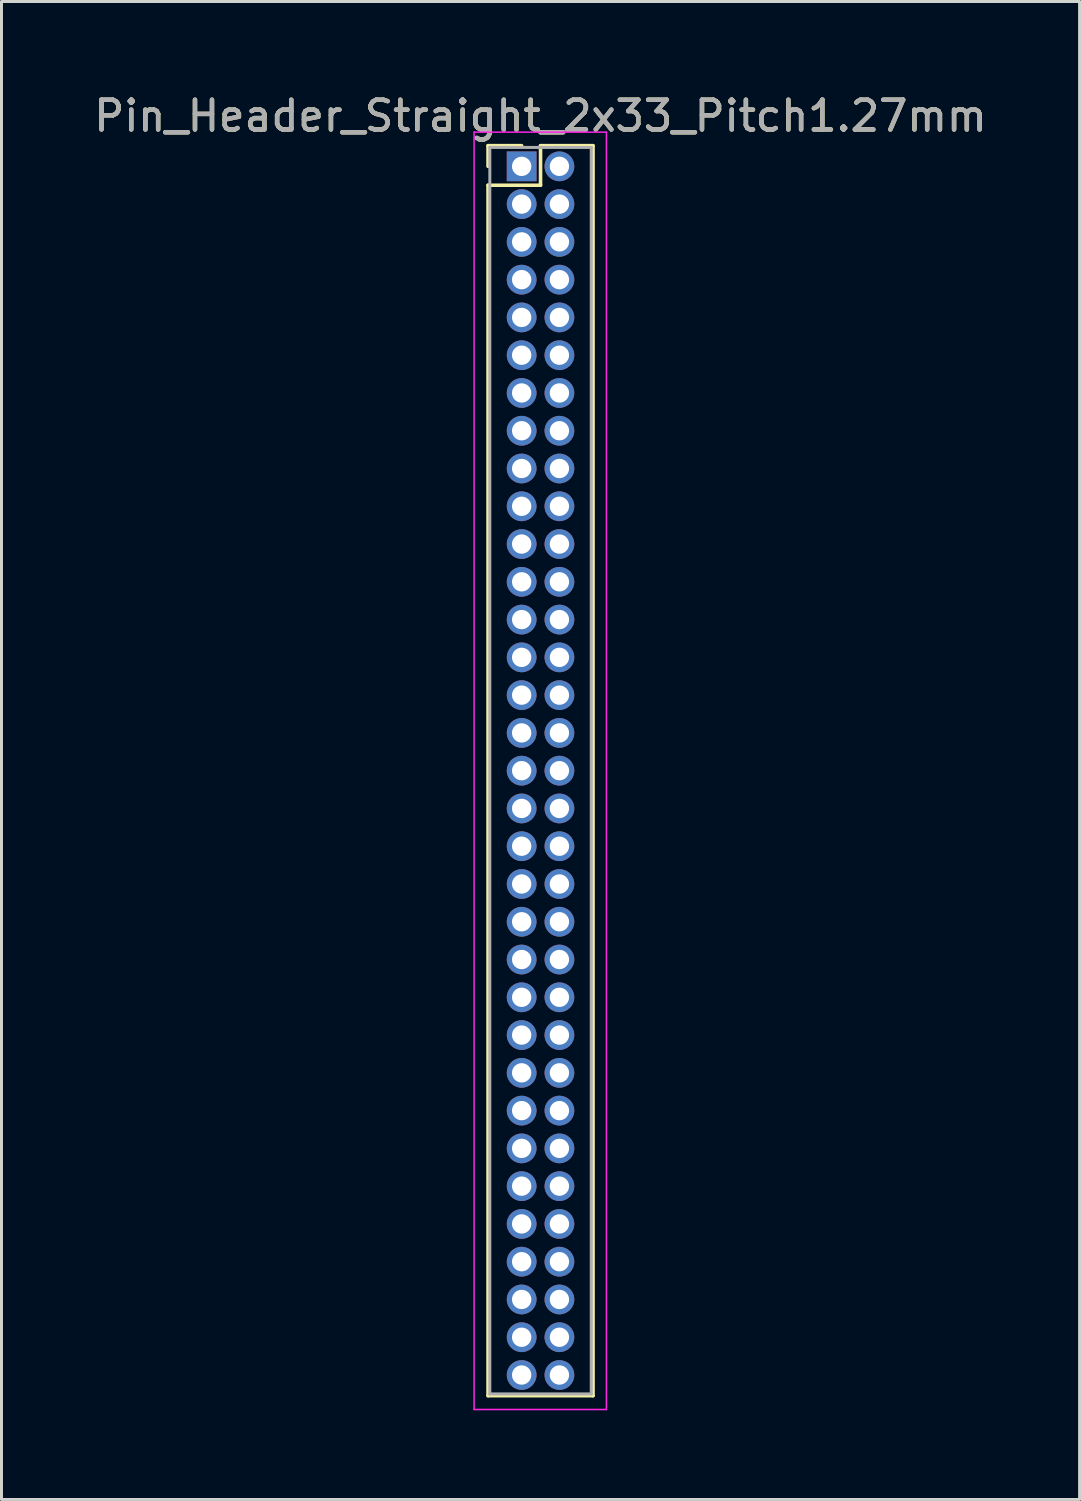
<source format=kicad_pcb>
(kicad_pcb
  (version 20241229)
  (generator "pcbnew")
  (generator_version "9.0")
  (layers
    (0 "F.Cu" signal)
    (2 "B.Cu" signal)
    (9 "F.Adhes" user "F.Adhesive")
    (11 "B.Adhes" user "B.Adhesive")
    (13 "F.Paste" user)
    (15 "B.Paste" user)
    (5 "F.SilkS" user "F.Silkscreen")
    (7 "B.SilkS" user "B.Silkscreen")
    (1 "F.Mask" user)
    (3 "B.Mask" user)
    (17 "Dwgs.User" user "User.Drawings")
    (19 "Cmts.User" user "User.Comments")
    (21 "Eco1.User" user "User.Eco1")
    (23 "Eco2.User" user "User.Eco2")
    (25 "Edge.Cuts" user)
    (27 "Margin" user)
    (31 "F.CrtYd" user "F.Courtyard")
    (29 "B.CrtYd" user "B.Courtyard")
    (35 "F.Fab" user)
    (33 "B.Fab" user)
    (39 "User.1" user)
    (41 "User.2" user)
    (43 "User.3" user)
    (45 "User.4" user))
  (footprint "Pin_Header_Straight_2x33_Pitch1.27mm"
    (layer "F.Cu")
    (at 14.49 2.543)
    (property "Reference" "Pin_Header_Straight_2x33_Pitch1.27mm" (at 0.635 -1.695 0) (layer "F.SilkS") (effects (font (size 1 1) (thickness 0.15))))
    (attr through_hole)
    (fp_line (start -1.13 -0.695) (end 0 -0.695) (stroke (width 0.12) (type solid)) (layer "F.SilkS"))
    (fp_line (start -1.13 0) (end -1.13 -0.695) (stroke (width 0.12) (type solid)) (layer "F.SilkS"))
    (fp_line (start -1.13 0.635) (end -1.13 41.335) (stroke (width 0.12) (type solid)) (layer "F.SilkS"))
    (fp_line (start -1.13 41.335) (end 2.4 41.335) (stroke (width 0.12) (type solid)) (layer "F.SilkS"))
    (fp_line (start 0.635 -0.695) (end 0.635 0.635) (stroke (width 0.12) (type solid)) (layer "F.SilkS"))
    (fp_line (start 0.635 0.635) (end -1.13 0.635) (stroke (width 0.12) (type solid)) (layer "F.SilkS"))
    (fp_line (start 2.4 -0.695) (end 0.635 -0.695) (stroke (width 0.12) (type solid)) (layer "F.SilkS"))
    (fp_line (start 2.4 41.335) (end 2.4 -0.695) (stroke (width 0.12) (type solid)) (layer "F.SilkS"))
    (fp_line (start -1.6 -1.15) (end -1.6 41.8) (stroke (width 0.05) (type solid)) (layer "F.CrtYd"))
    (fp_line (start -1.6 41.8) (end 2.85 41.8) (stroke (width 0.05) (type solid)) (layer "F.CrtYd"))
    (fp_line (start 2.85 -1.15) (end -1.6 -1.15) (stroke (width 0.05) (type solid)) (layer "F.CrtYd"))
    (fp_line (start 2.85 41.8) (end 2.85 -1.15) (stroke (width 0.05) (type solid)) (layer "F.CrtYd"))
    (fp_line (start -1.07 -0.635) (end -1.07 41.275) (stroke (width 0.1) (type solid)) (layer "F.Fab"))
    (fp_line (start -1.07 41.275) (end 2.34 41.275) (stroke (width 0.1) (type solid)) (layer "F.Fab"))
    (fp_line (start 2.34 -0.635) (end -1.07 -0.635) (stroke (width 0.1) (type solid)) (layer "F.Fab"))
    (fp_line (start 2.34 41.275) (end 2.34 -0.635) (stroke (width 0.1) (type solid)) (layer "F.Fab"))
    (fp_text user "${REFERENCE}" (at 0.635 -1.695 0) (layer "F.Fab") (effects (font (size 1 1) (thickness 0.15))))
    (pad "1" thru_hole rect (at 0 0) (size 1 1) (drill 0.65) (layers "*.Cu" "*.Mask"))
    (pad "2" thru_hole oval (at 1.27 0) (size 1 1) (drill 0.65) (layers "*.Cu" "*.Mask"))
    (pad "3" thru_hole oval (at 0 1.27) (size 1 1) (drill 0.65) (layers "*.Cu" "*.Mask"))
    (pad "4" thru_hole oval (at 1.27 1.27) (size 1 1) (drill 0.65) (layers "*.Cu" "*.Mask"))
    (pad "5" thru_hole oval (at 0 2.54) (size 1 1) (drill 0.65) (layers "*.Cu" "*.Mask"))
    (pad "6" thru_hole oval (at 1.27 2.54) (size 1 1) (drill 0.65) (layers "*.Cu" "*.Mask"))
    (pad "7" thru_hole oval (at 0 3.81) (size 1 1) (drill 0.65) (layers "*.Cu" "*.Mask"))
    (pad "8" thru_hole oval (at 1.27 3.81) (size 1 1) (drill 0.65) (layers "*.Cu" "*.Mask"))
    (pad "9" thru_hole oval (at 0 5.08) (size 1 1) (drill 0.65) (layers "*.Cu" "*.Mask"))
    (pad "10" thru_hole oval (at 1.27 5.08) (size 1 1) (drill 0.65) (layers "*.Cu" "*.Mask"))
    (pad "11" thru_hole oval (at 0 6.35) (size 1 1) (drill 0.65) (layers "*.Cu" "*.Mask"))
    (pad "12" thru_hole oval (at 1.27 6.35) (size 1 1) (drill 0.65) (layers "*.Cu" "*.Mask"))
    (pad "13" thru_hole oval (at 0 7.62) (size 1 1) (drill 0.65) (layers "*.Cu" "*.Mask"))
    (pad "14" thru_hole oval (at 1.27 7.62) (size 1 1) (drill 0.65) (layers "*.Cu" "*.Mask"))
    (pad "15" thru_hole oval (at 0 8.89) (size 1 1) (drill 0.65) (layers "*.Cu" "*.Mask"))
    (pad "16" thru_hole oval (at 1.27 8.89) (size 1 1) (drill 0.65) (layers "*.Cu" "*.Mask"))
    (pad "17" thru_hole oval (at 0 10.16) (size 1 1) (drill 0.65) (layers "*.Cu" "*.Mask"))
    (pad "18" thru_hole oval (at 1.27 10.16) (size 1 1) (drill 0.65) (layers "*.Cu" "*.Mask"))
    (pad "19" thru_hole oval (at 0 11.43) (size 1 1) (drill 0.65) (layers "*.Cu" "*.Mask"))
    (pad "20" thru_hole oval (at 1.27 11.43) (size 1 1) (drill 0.65) (layers "*.Cu" "*.Mask"))
    (pad "21" thru_hole oval (at 0 12.7) (size 1 1) (drill 0.65) (layers "*.Cu" "*.Mask"))
    (pad "22" thru_hole oval (at 1.27 12.7) (size 1 1) (drill 0.65) (layers "*.Cu" "*.Mask"))
    (pad "23" thru_hole oval (at 0 13.97) (size 1 1) (drill 0.65) (layers "*.Cu" "*.Mask"))
    (pad "24" thru_hole oval (at 1.27 13.97) (size 1 1) (drill 0.65) (layers "*.Cu" "*.Mask"))
    (pad "25" thru_hole oval (at 0 15.24) (size 1 1) (drill 0.65) (layers "*.Cu" "*.Mask"))
    (pad "26" thru_hole oval (at 1.27 15.24) (size 1 1) (drill 0.65) (layers "*.Cu" "*.Mask"))
    (pad "27" thru_hole oval (at 0 16.51) (size 1 1) (drill 0.65) (layers "*.Cu" "*.Mask"))
    (pad "28" thru_hole oval (at 1.27 16.51) (size 1 1) (drill 0.65) (layers "*.Cu" "*.Mask"))
    (pad "29" thru_hole oval (at 0 17.78) (size 1 1) (drill 0.65) (layers "*.Cu" "*.Mask"))
    (pad "30" thru_hole oval (at 1.27 17.78) (size 1 1) (drill 0.65) (layers "*.Cu" "*.Mask"))
    (pad "31" thru_hole oval (at 0 19.05) (size 1 1) (drill 0.65) (layers "*.Cu" "*.Mask"))
    (pad "32" thru_hole oval (at 1.27 19.05) (size 1 1) (drill 0.65) (layers "*.Cu" "*.Mask"))
    (pad "33" thru_hole oval (at 0 20.32) (size 1 1) (drill 0.65) (layers "*.Cu" "*.Mask"))
    (pad "34" thru_hole oval (at 1.27 20.32) (size 1 1) (drill 0.65) (layers "*.Cu" "*.Mask"))
    (pad "35" thru_hole oval (at 0 21.59) (size 1 1) (drill 0.65) (layers "*.Cu" "*.Mask"))
    (pad "36" thru_hole oval (at 1.27 21.59) (size 1 1) (drill 0.65) (layers "*.Cu" "*.Mask"))
    (pad "37" thru_hole oval (at 0 22.86) (size 1 1) (drill 0.65) (layers "*.Cu" "*.Mask"))
    (pad "38" thru_hole oval (at 1.27 22.86) (size 1 1) (drill 0.65) (layers "*.Cu" "*.Mask"))
    (pad "39" thru_hole oval (at 0 24.13) (size 1 1) (drill 0.65) (layers "*.Cu" "*.Mask"))
    (pad "40" thru_hole oval (at 1.27 24.13) (size 1 1) (drill 0.65) (layers "*.Cu" "*.Mask"))
    (pad "41" thru_hole oval (at 0 25.4) (size 1 1) (drill 0.65) (layers "*.Cu" "*.Mask"))
    (pad "42" thru_hole oval (at 1.27 25.4) (size 1 1) (drill 0.65) (layers "*.Cu" "*.Mask"))
    (pad "43" thru_hole oval (at 0 26.67) (size 1 1) (drill 0.65) (layers "*.Cu" "*.Mask"))
    (pad "44" thru_hole oval (at 1.27 26.67) (size 1 1) (drill 0.65) (layers "*.Cu" "*.Mask"))
    (pad "45" thru_hole oval (at 0 27.94) (size 1 1) (drill 0.65) (layers "*.Cu" "*.Mask"))
    (pad "46" thru_hole oval (at 1.27 27.94) (size 1 1) (drill 0.65) (layers "*.Cu" "*.Mask"))
    (pad "47" thru_hole oval (at 0 29.21) (size 1 1) (drill 0.65) (layers "*.Cu" "*.Mask"))
    (pad "48" thru_hole oval (at 1.27 29.21) (size 1 1) (drill 0.65) (layers "*.Cu" "*.Mask"))
    (pad "49" thru_hole oval (at 0 30.48) (size 1 1) (drill 0.65) (layers "*.Cu" "*.Mask"))
    (pad "50" thru_hole oval (at 1.27 30.48) (size 1 1) (drill 0.65) (layers "*.Cu" "*.Mask"))
    (pad "51" thru_hole oval (at 0 31.75) (size 1 1) (drill 0.65) (layers "*.Cu" "*.Mask"))
    (pad "52" thru_hole oval (at 1.27 31.75) (size 1 1) (drill 0.65) (layers "*.Cu" "*.Mask"))
    (pad "53" thru_hole oval (at 0 33.02) (size 1 1) (drill 0.65) (layers "*.Cu" "*.Mask"))
    (pad "54" thru_hole oval (at 1.27 33.02) (size 1 1) (drill 0.65) (layers "*.Cu" "*.Mask"))
    (pad "55" thru_hole oval (at 0 34.29) (size 1 1) (drill 0.65) (layers "*.Cu" "*.Mask"))
    (pad "56" thru_hole oval (at 1.27 34.29) (size 1 1) (drill 0.65) (layers "*.Cu" "*.Mask"))
    (pad "57" thru_hole oval (at 0 35.56) (size 1 1) (drill 0.65) (layers "*.Cu" "*.Mask"))
    (pad "58" thru_hole oval (at 1.27 35.56) (size 1 1) (drill 0.65) (layers "*.Cu" "*.Mask"))
    (pad "59" thru_hole oval (at 0 36.83) (size 1 1) (drill 0.65) (layers "*.Cu" "*.Mask"))
    (pad "60" thru_hole oval (at 1.27 36.83) (size 1 1) (drill 0.65) (layers "*.Cu" "*.Mask"))
    (pad "61" thru_hole oval (at 0 38.1) (size 1 1) (drill 0.65) (layers "*.Cu" "*.Mask"))
    (pad "62" thru_hole oval (at 1.27 38.1) (size 1 1) (drill 0.65) (layers "*.Cu" "*.Mask"))
    (pad "63" thru_hole oval (at 0 39.37) (size 1 1) (drill 0.65) (layers "*.Cu" "*.Mask"))
    (pad "64" thru_hole oval (at 1.27 39.37) (size 1 1) (drill 0.65) (layers "*.Cu" "*.Mask"))
    (pad "65" thru_hole oval (at 0 40.64) (size 1 1) (drill 0.65) (layers "*.Cu" "*.Mask"))
    (pad "66" thru_hole oval (at 1.27 40.64) (size 1 1) (drill 0.65) (layers "*.Cu" "*.Mask")))
  (gr_rect
    (start -3 -3)
    (end 33.25 47.368)
    (stroke (width 0.1) (type default))
    (fill no)
    (layer "Edge.Cuts")))
</source>
